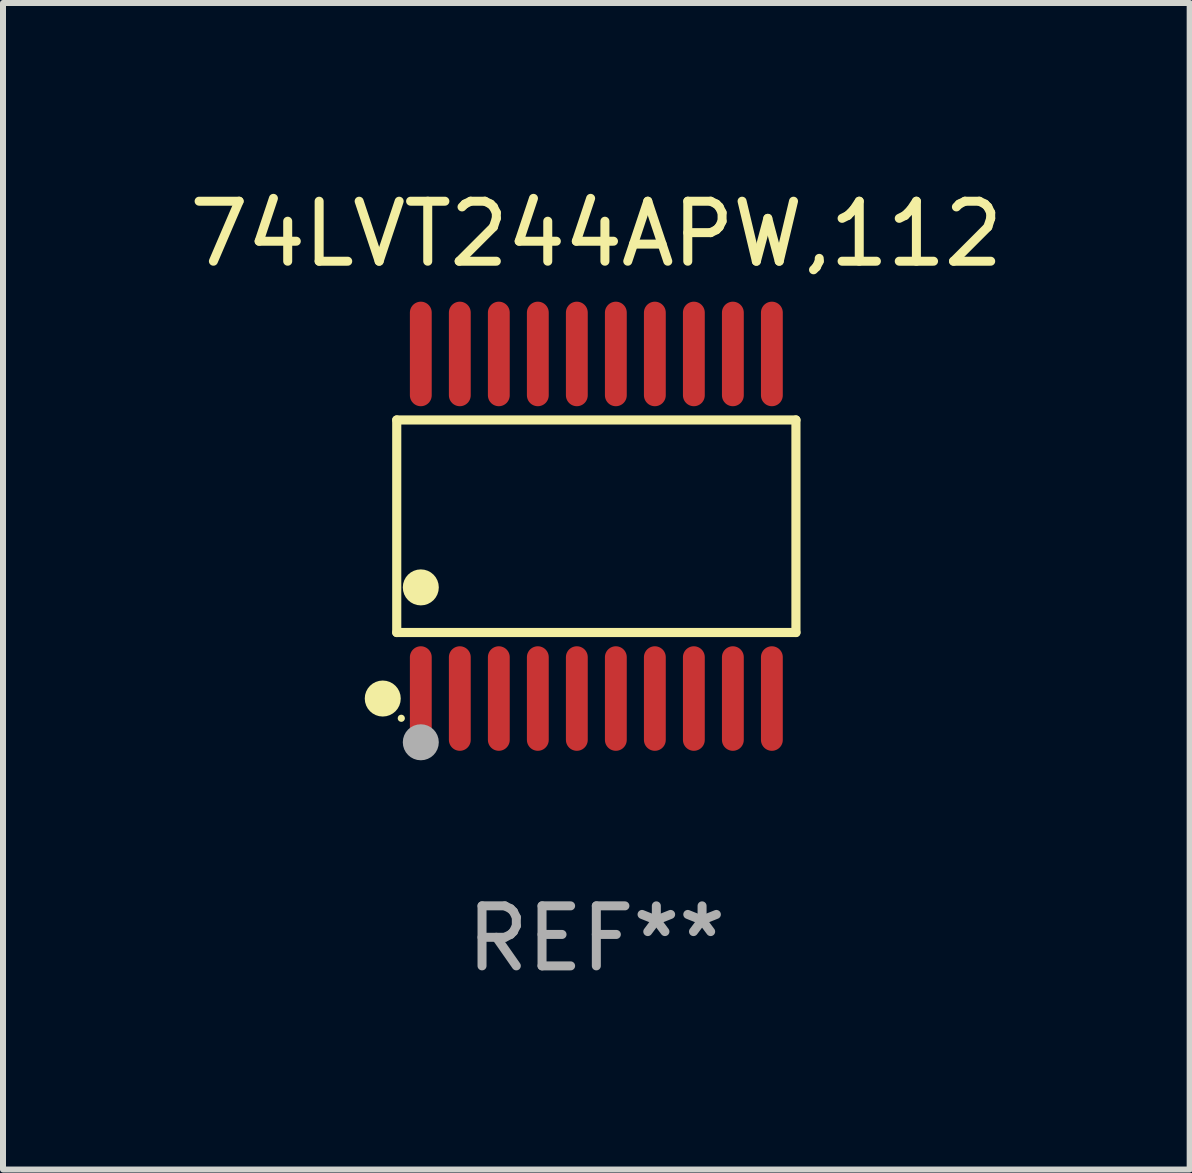
<source format=kicad_pcb>
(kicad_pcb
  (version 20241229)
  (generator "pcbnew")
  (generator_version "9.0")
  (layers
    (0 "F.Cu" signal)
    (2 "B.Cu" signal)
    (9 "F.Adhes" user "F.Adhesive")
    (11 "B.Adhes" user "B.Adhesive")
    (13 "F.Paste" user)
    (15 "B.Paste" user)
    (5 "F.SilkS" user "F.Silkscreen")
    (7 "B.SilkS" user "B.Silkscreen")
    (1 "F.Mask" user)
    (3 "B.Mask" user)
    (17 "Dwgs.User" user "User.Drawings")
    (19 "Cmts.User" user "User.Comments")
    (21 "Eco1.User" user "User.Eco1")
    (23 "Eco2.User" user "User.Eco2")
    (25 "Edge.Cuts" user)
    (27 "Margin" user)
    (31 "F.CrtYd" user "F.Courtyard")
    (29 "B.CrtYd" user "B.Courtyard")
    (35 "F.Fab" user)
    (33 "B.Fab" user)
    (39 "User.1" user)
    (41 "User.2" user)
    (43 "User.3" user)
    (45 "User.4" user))
  (footprint "74LVT244APW,112"
    (layer "F.Cu")
    (at 6.887 5.719)
    (property "Reference" "74LVT244APW,112" (at 0 -4.871 0) (layer "F.SilkS") (effects (font (size 1 1) (thickness 0.15))))
    (attr through_hole)
    (fp_line (start -3.326 -1.771) (end 3.326 -1.771) (stroke (width 0.152) (type solid)) (layer "F.SilkS"))
    (fp_line (start -3.326 1.771) (end -3.326 -1.771) (stroke (width 0.152) (type solid)) (layer "F.SilkS"))
    (fp_line (start 3.326 -1.771) (end 3.326 1.771) (stroke (width 0.152) (type solid)) (layer "F.SilkS"))
    (fp_line (start 3.326 1.771) (end -3.326 1.771) (stroke (width 0.152) (type solid)) (layer "F.SilkS"))
    (fp_circle (center -3.559 2.871) (end -3.409 2.871) (stroke (width 0.3) (type solid)) (fill no) (layer "F.SilkS"))
    (fp_circle (center -3.25 3.2) (end -3.22 3.2) (stroke (width 0.06) (type solid)) (fill no) (layer "F.SilkS"))
    (fp_circle (center -2.925 1.019) (end -2.775 1.019) (stroke (width 0.3) (type solid)) (fill no) (layer "F.SilkS"))
    (fp_circle (center -2.925 3.6) (end -2.775 3.6) (stroke (width 0.3) (type solid)) (fill no) (layer "F.Fab"))
    (fp_text user "REF**" (at 0 6.871 0) (layer "F.Fab") (effects (font (size 1 1) (thickness 0.15))))
    (pad "1" smd oval (at -2.925 2.871) (size 0.364 1.742) (layers "F.Cu" "F.Mask" "F.Paste"))
    (pad "2" smd oval (at -2.275 2.871) (size 0.364 1.742) (layers "F.Cu" "F.Mask" "F.Paste"))
    (pad "3" smd oval (at -1.625 2.871) (size 0.364 1.742) (layers "F.Cu" "F.Mask" "F.Paste"))
    (pad "4" smd oval (at -0.975 2.871) (size 0.364 1.742) (layers "F.Cu" "F.Mask" "F.Paste"))
    (pad "5" smd oval (at -0.325 2.871) (size 0.364 1.742) (layers "F.Cu" "F.Mask" "F.Paste"))
    (pad "6" smd oval (at 0.325 2.871) (size 0.364 1.742) (layers "F.Cu" "F.Mask" "F.Paste"))
    (pad "7" smd oval (at 0.975 2.871) (size 0.364 1.742) (layers "F.Cu" "F.Mask" "F.Paste"))
    (pad "8" smd oval (at 1.625 2.871) (size 0.364 1.742) (layers "F.Cu" "F.Mask" "F.Paste"))
    (pad "9" smd oval (at 2.275 2.871) (size 0.364 1.742) (layers "F.Cu" "F.Mask" "F.Paste"))
    (pad "10" smd oval (at 2.925 2.871) (size 0.364 1.742) (layers "F.Cu" "F.Mask" "F.Paste"))
    (pad "11" smd oval (at 2.925 -2.871) (size 0.364 1.742) (layers "F.Cu" "F.Mask" "F.Paste"))
    (pad "12" smd oval (at 2.275 -2.871) (size 0.364 1.742) (layers "F.Cu" "F.Mask" "F.Paste"))
    (pad "13" smd oval (at 1.625 -2.871) (size 0.364 1.742) (layers "F.Cu" "F.Mask" "F.Paste"))
    (pad "14" smd oval (at 0.975 -2.871) (size 0.364 1.742) (layers "F.Cu" "F.Mask" "F.Paste"))
    (pad "15" smd oval (at 0.325 -2.871) (size 0.364 1.742) (layers "F.Cu" "F.Mask" "F.Paste"))
    (pad "16" smd oval (at -0.325 -2.871) (size 0.364 1.742) (layers "F.Cu" "F.Mask" "F.Paste"))
    (pad "17" smd oval (at -0.975 -2.871) (size 0.364 1.742) (layers "F.Cu" "F.Mask" "F.Paste"))
    (pad "18" smd oval (at -1.625 -2.871) (size 0.364 1.742) (layers "F.Cu" "F.Mask" "F.Paste"))
    (pad "19" smd oval (at -2.275 -2.871) (size 0.364 1.742) (layers "F.Cu" "F.Mask" "F.Paste"))
    (pad "20" smd oval (at -2.925 -2.871) (size 0.364 1.742) (layers "F.Cu" "F.Mask" "F.Paste")))
  (gr_rect
    (start -3 -3)
    (end 16.774 16.438)
    (stroke (width 0.1) (type default))
    (fill no)
    (layer "Edge.Cuts")))
</source>
